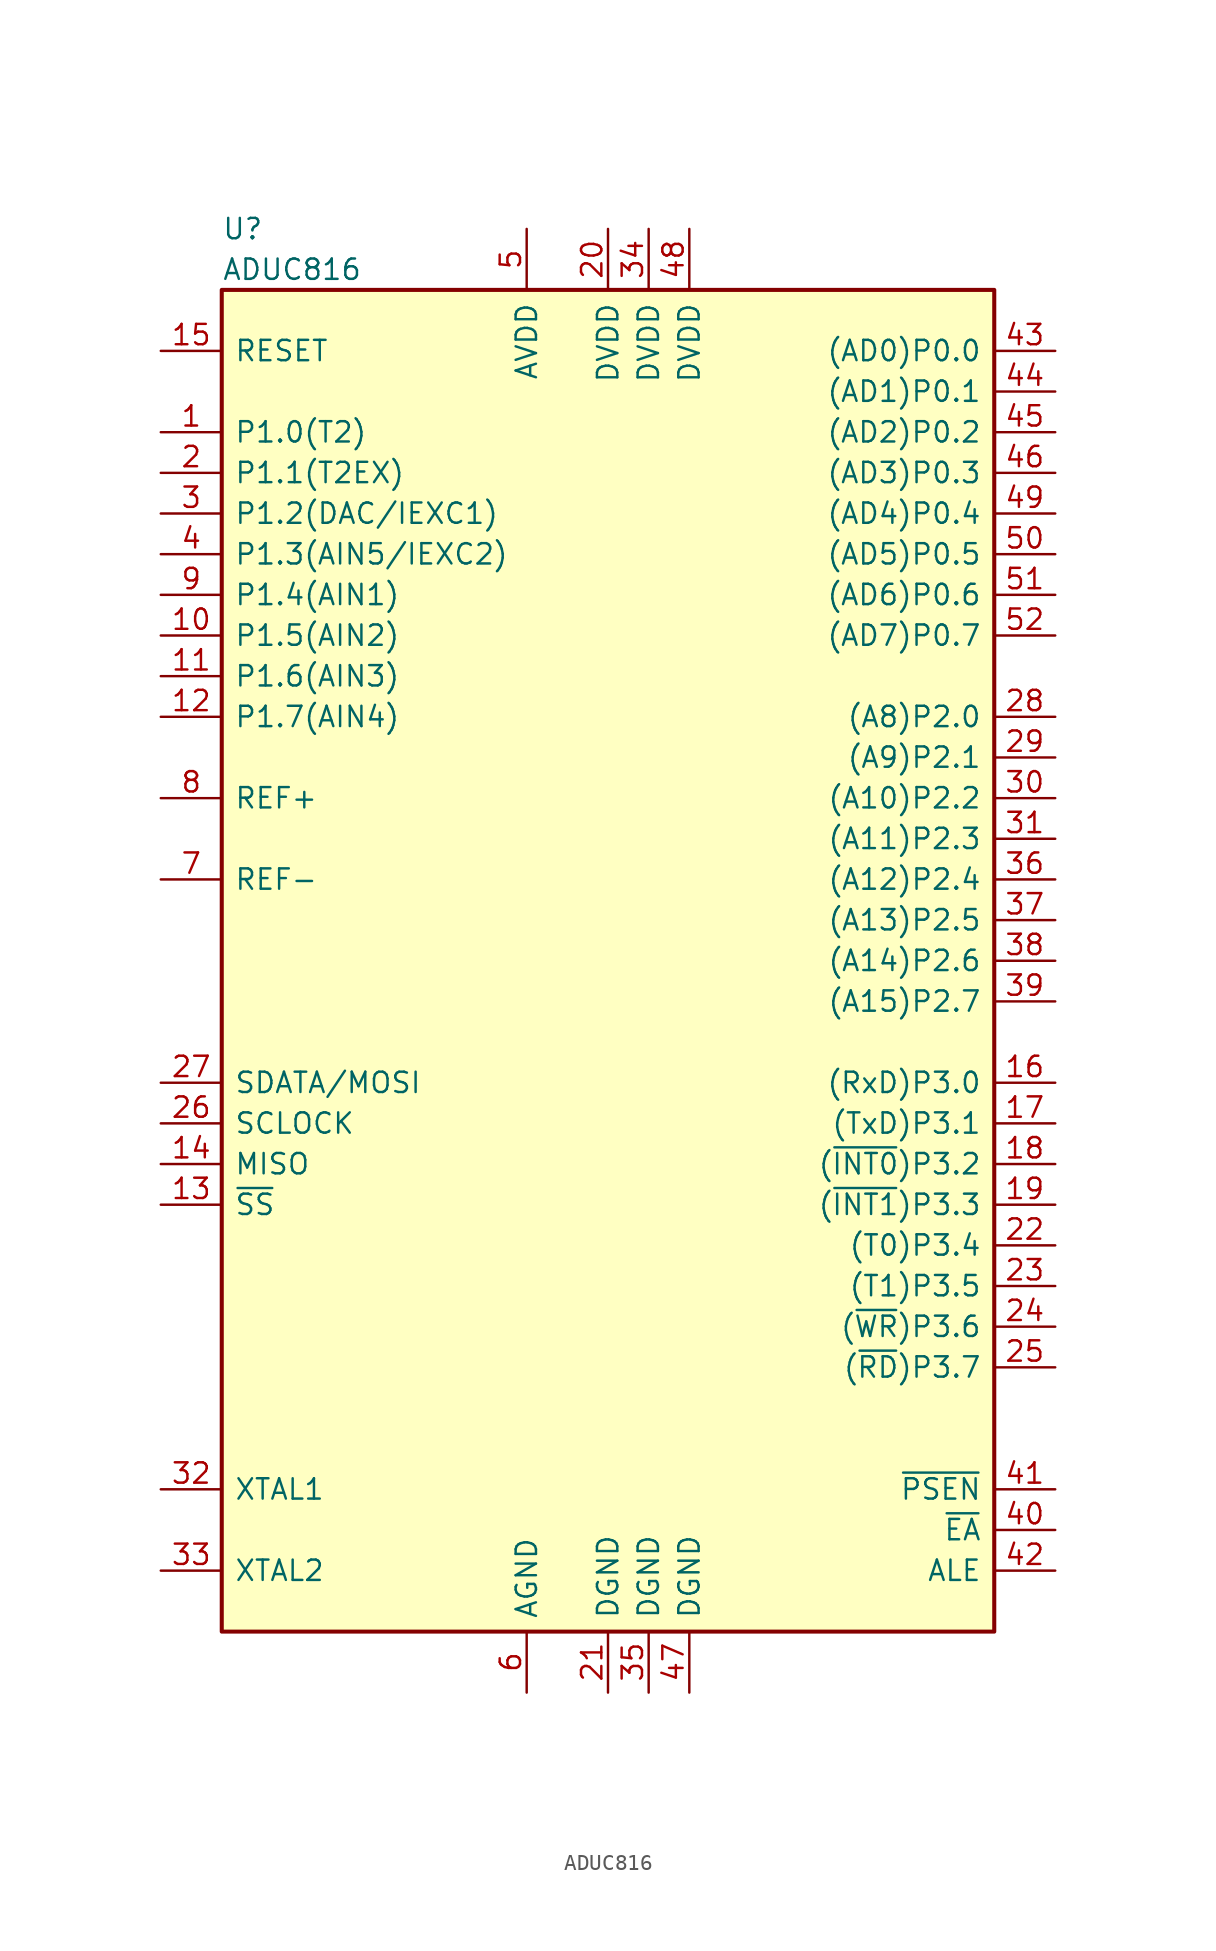
<source format=kicad_sym>
(kicad_symbol_lib
  (version 20201005)
  (generator kicad_symbol_editor)
  (symbol "MCU_AnalogDevices:ADUC816"
    (pin_names
      (offset 0.762))
    (property "Reference" "U"
      (at -24.13 45.72 0)
      (effects (font (size 1.27 1.27)) (justify left)))
    (property "Value" "ADUC816"
      (at -24.13 43.18 0)
      (effects (font (size 1.27 1.27)) (justify left)))
    (symbol "ADUC816_0_1"
      (rectangle (start 24.13 -41.91) (end -24.13 41.91) (stroke (width 0.254)) (fill (type background))))
    (symbol "ADUC816_1_1"
      (pin bidirectional line (at -27.94 33.02 0) (length 3.81) (name "P1.0(T2)" (effects (font (size 1.27 1.27)))) (number "1" (effects (font (size 1.27 1.27)))))
      (pin bidirectional line (at -27.94 30.48 0) (length 3.81) (name "P1.1(T2EX)" (effects (font (size 1.27 1.27)))) (number "2" (effects (font (size 1.27 1.27)))))
      (pin bidirectional line (at -27.94 27.94 0) (length 3.81) (name "P1.2(DAC/IEXC1)" (effects (font (size 1.27 1.27)))) (number "3" (effects (font (size 1.27 1.27)))))
      (pin bidirectional line (at -27.94 25.4 0) (length 3.81) (name "P1.3(AIN5/IEXC2)" (effects (font (size 1.27 1.27)))) (number "4" (effects (font (size 1.27 1.27)))))
      (pin power_in line (at -5.08 45.72 270) (length 3.81) (name "AVDD" (effects (font (size 1.27 1.27)))) (number "5" (effects (font (size 1.27 1.27)))))
      (pin power_in line (at -5.08 -45.72 90) (length 3.81) (name "AGND" (effects (font (size 1.27 1.27)))) (number "6" (effects (font (size 1.27 1.27)))))
      (pin passive line (at -27.94 5.08 0) (length 3.81) (name "REF-" (effects (font (size 1.27 1.27)))) (number "7" (effects (font (size 1.27 1.27)))))
      (pin passive line (at -27.94 10.16 0) (length 3.81) (name "REF+" (effects (font (size 1.27 1.27)))) (number "8" (effects (font (size 1.27 1.27)))))
      (pin input line (at -27.94 22.86 0) (length 3.81) (name "P1.4(AIN1)" (effects (font (size 1.27 1.27)))) (number "9" (effects (font (size 1.27 1.27)))))
      (pin input line (at -27.94 20.32 0) (length 3.81) (name "P1.5(AIN2)" (effects (font (size 1.27 1.27)))) (number "10" (effects (font (size 1.27 1.27)))))
      (pin power_in line (at 0 45.72 270) (length 3.81) (name "DVDD" (effects (font (size 1.27 1.27)))) (number "20" (effects (font (size 1.27 1.27)))))
      (pin bidirectional line (at 27.94 10.16 180) (length 3.81) (name "(A10)P2.2" (effects (font (size 1.27 1.27)))) (number "30" (effects (font (size 1.27 1.27)))))
      (pin bidirectional line (at 27.94 -35.56 180) (length 3.81) (name "~EA~" (effects (font (size 1.27 1.27)))) (number "40" (effects (font (size 1.27 1.27)))))
      (pin tri_state line (at 27.94 25.4 180) (length 3.81) (name "(AD5)P0.5" (effects (font (size 1.27 1.27)))) (number "50" (effects (font (size 1.27 1.27)))))
      (pin input line (at -27.94 17.78 0) (length 3.81) (name "P1.6(AIN3)" (effects (font (size 1.27 1.27)))) (number "11" (effects (font (size 1.27 1.27)))))
      (pin power_in line (at 0 -45.72 90) (length 3.81) (name "DGND" (effects (font (size 1.27 1.27)))) (number "21" (effects (font (size 1.27 1.27)))))
      (pin bidirectional line (at 27.94 7.62 180) (length 3.81) (name "(A11)P2.3" (effects (font (size 1.27 1.27)))) (number "31" (effects (font (size 1.27 1.27)))))
      (pin output line (at 27.94 -33.02 180) (length 3.81) (name "~PSEN~" (effects (font (size 1.27 1.27)))) (number "41" (effects (font (size 1.27 1.27)))))
      (pin tri_state line (at 27.94 22.86 180) (length 3.81) (name "(AD6)P0.6" (effects (font (size 1.27 1.27)))) (number "51" (effects (font (size 1.27 1.27)))))
      (pin bidirectional line (at -27.94 15.24 0) (length 3.81) (name "P1.7(AIN4)" (effects (font (size 1.27 1.27)))) (number "12" (effects (font (size 1.27 1.27)))))
      (pin bidirectional line (at 27.94 -17.78 180) (length 3.81) (name "(T0)P3.4" (effects (font (size 1.27 1.27)))) (number "22" (effects (font (size 1.27 1.27)))))
      (pin input line (at -27.94 -33.02 0) (length 3.81) (name "XTAL1" (effects (font (size 1.27 1.27)))) (number "32" (effects (font (size 1.27 1.27)))))
      (pin output line (at 27.94 -38.1 180) (length 3.81) (name "ALE" (effects (font (size 1.27 1.27)))) (number "42" (effects (font (size 1.27 1.27)))))
      (pin tri_state line (at 27.94 20.32 180) (length 3.81) (name "(AD7)P0.7" (effects (font (size 1.27 1.27)))) (number "52" (effects (font (size 1.27 1.27)))))
      (pin input line (at -27.94 -15.24 0) (length 3.81) (name "~SS~" (effects (font (size 1.27 1.27)))) (number "13" (effects (font (size 1.27 1.27)))))
      (pin bidirectional line (at 27.94 -20.32 180) (length 3.81) (name "(T1)P3.5" (effects (font (size 1.27 1.27)))) (number "23" (effects (font (size 1.27 1.27)))))
      (pin output line (at -27.94 -38.1 0) (length 3.81) (name "XTAL2" (effects (font (size 1.27 1.27)))) (number "33" (effects (font (size 1.27 1.27)))))
      (pin tri_state line (at 27.94 38.1 180) (length 3.81) (name "(AD0)P0.0" (effects (font (size 1.27 1.27)))) (number "43" (effects (font (size 1.27 1.27)))))
      (pin input line (at -27.94 -12.7 0) (length 3.81) (name "MISO" (effects (font (size 1.27 1.27)))) (number "14" (effects (font (size 1.27 1.27)))))
      (pin bidirectional line (at 27.94 -22.86 180) (length 3.81) (name "(~WR~)P3.6" (effects (font (size 1.27 1.27)))) (number "24" (effects (font (size 1.27 1.27)))))
      (pin power_in line (at 2.54 45.72 270) (length 3.81) (name "DVDD" (effects (font (size 1.27 1.27)))) (number "34" (effects (font (size 1.27 1.27)))))
      (pin tri_state line (at 27.94 35.56 180) (length 3.81) (name "(AD1)P0.1" (effects (font (size 1.27 1.27)))) (number "44" (effects (font (size 1.27 1.27)))))
      (pin input line (at -27.94 38.1 0) (length 3.81) (name "RESET" (effects (font (size 1.27 1.27)))) (number "15" (effects (font (size 1.27 1.27)))))
      (pin bidirectional line (at 27.94 -25.4 180) (length 3.81) (name "(~RD~)P3.7" (effects (font (size 1.27 1.27)))) (number "25" (effects (font (size 1.27 1.27)))))
      (pin power_in line (at 2.54 -45.72 90) (length 3.81) (name "DGND" (effects (font (size 1.27 1.27)))) (number "35" (effects (font (size 1.27 1.27)))))
      (pin tri_state line (at 27.94 33.02 180) (length 3.81) (name "(AD2)P0.2" (effects (font (size 1.27 1.27)))) (number "45" (effects (font (size 1.27 1.27)))))
      (pin bidirectional line (at 27.94 -7.62 180) (length 3.81) (name "(RxD)P3.0" (effects (font (size 1.27 1.27)))) (number "16" (effects (font (size 1.27 1.27)))))
      (pin bidirectional line (at -27.94 -10.16 0) (length 3.81) (name "SCLOCK" (effects (font (size 1.27 1.27)))) (number "26" (effects (font (size 1.27 1.27)))))
      (pin bidirectional line (at 27.94 5.08 180) (length 3.81) (name "(A12)P2.4" (effects (font (size 1.27 1.27)))) (number "36" (effects (font (size 1.27 1.27)))))
      (pin tri_state line (at 27.94 30.48 180) (length 3.81) (name "(AD3)P0.3" (effects (font (size 1.27 1.27)))) (number "46" (effects (font (size 1.27 1.27)))))
      (pin bidirectional line (at 27.94 -10.16 180) (length 3.81) (name "(TxD)P3.1" (effects (font (size 1.27 1.27)))) (number "17" (effects (font (size 1.27 1.27)))))
      (pin bidirectional line (at -27.94 -7.62 0) (length 3.81) (name "SDATA/MOSI" (effects (font (size 1.27 1.27)))) (number "27" (effects (font (size 1.27 1.27)))))
      (pin bidirectional line (at 27.94 2.54 180) (length 3.81) (name "(A13)P2.5" (effects (font (size 1.27 1.27)))) (number "37" (effects (font (size 1.27 1.27)))))
      (pin power_in line (at 5.08 -45.72 90) (length 3.81) (name "DGND" (effects (font (size 1.27 1.27)))) (number "47" (effects (font (size 1.27 1.27)))))
      (pin bidirectional line (at 27.94 -12.7 180) (length 3.81) (name "(~INT0~)P3.2" (effects (font (size 1.27 1.27)))) (number "18" (effects (font (size 1.27 1.27)))))
      (pin bidirectional line (at 27.94 15.24 180) (length 3.81) (name "(A8)P2.0" (effects (font (size 1.27 1.27)))) (number "28" (effects (font (size 1.27 1.27)))))
      (pin bidirectional line (at 27.94 0 180) (length 3.81) (name "(A14)P2.6" (effects (font (size 1.27 1.27)))) (number "38" (effects (font (size 1.27 1.27)))))
      (pin power_in line (at 5.08 45.72 270) (length 3.81) (name "DVDD" (effects (font (size 1.27 1.27)))) (number "48" (effects (font (size 1.27 1.27)))))
      (pin bidirectional line (at 27.94 -15.24 180) (length 3.81) (name "(~INT1~)P3.3" (effects (font (size 1.27 1.27)))) (number "19" (effects (font (size 1.27 1.27)))))
      (pin bidirectional line (at 27.94 12.7 180) (length 3.81) (name "(A9)P2.1" (effects (font (size 1.27 1.27)))) (number "29" (effects (font (size 1.27 1.27)))))
      (pin bidirectional line (at 27.94 -2.54 180) (length 3.81) (name "(A15)P2.7" (effects (font (size 1.27 1.27)))) (number "39" (effects (font (size 1.27 1.27)))))
      (pin tri_state line (at 27.94 27.94 180) (length 3.81) (name "(AD4)P0.4" (effects (font (size 1.27 1.27)))) (number "49" (effects (font (size 1.27 1.27))))))))
</source>
